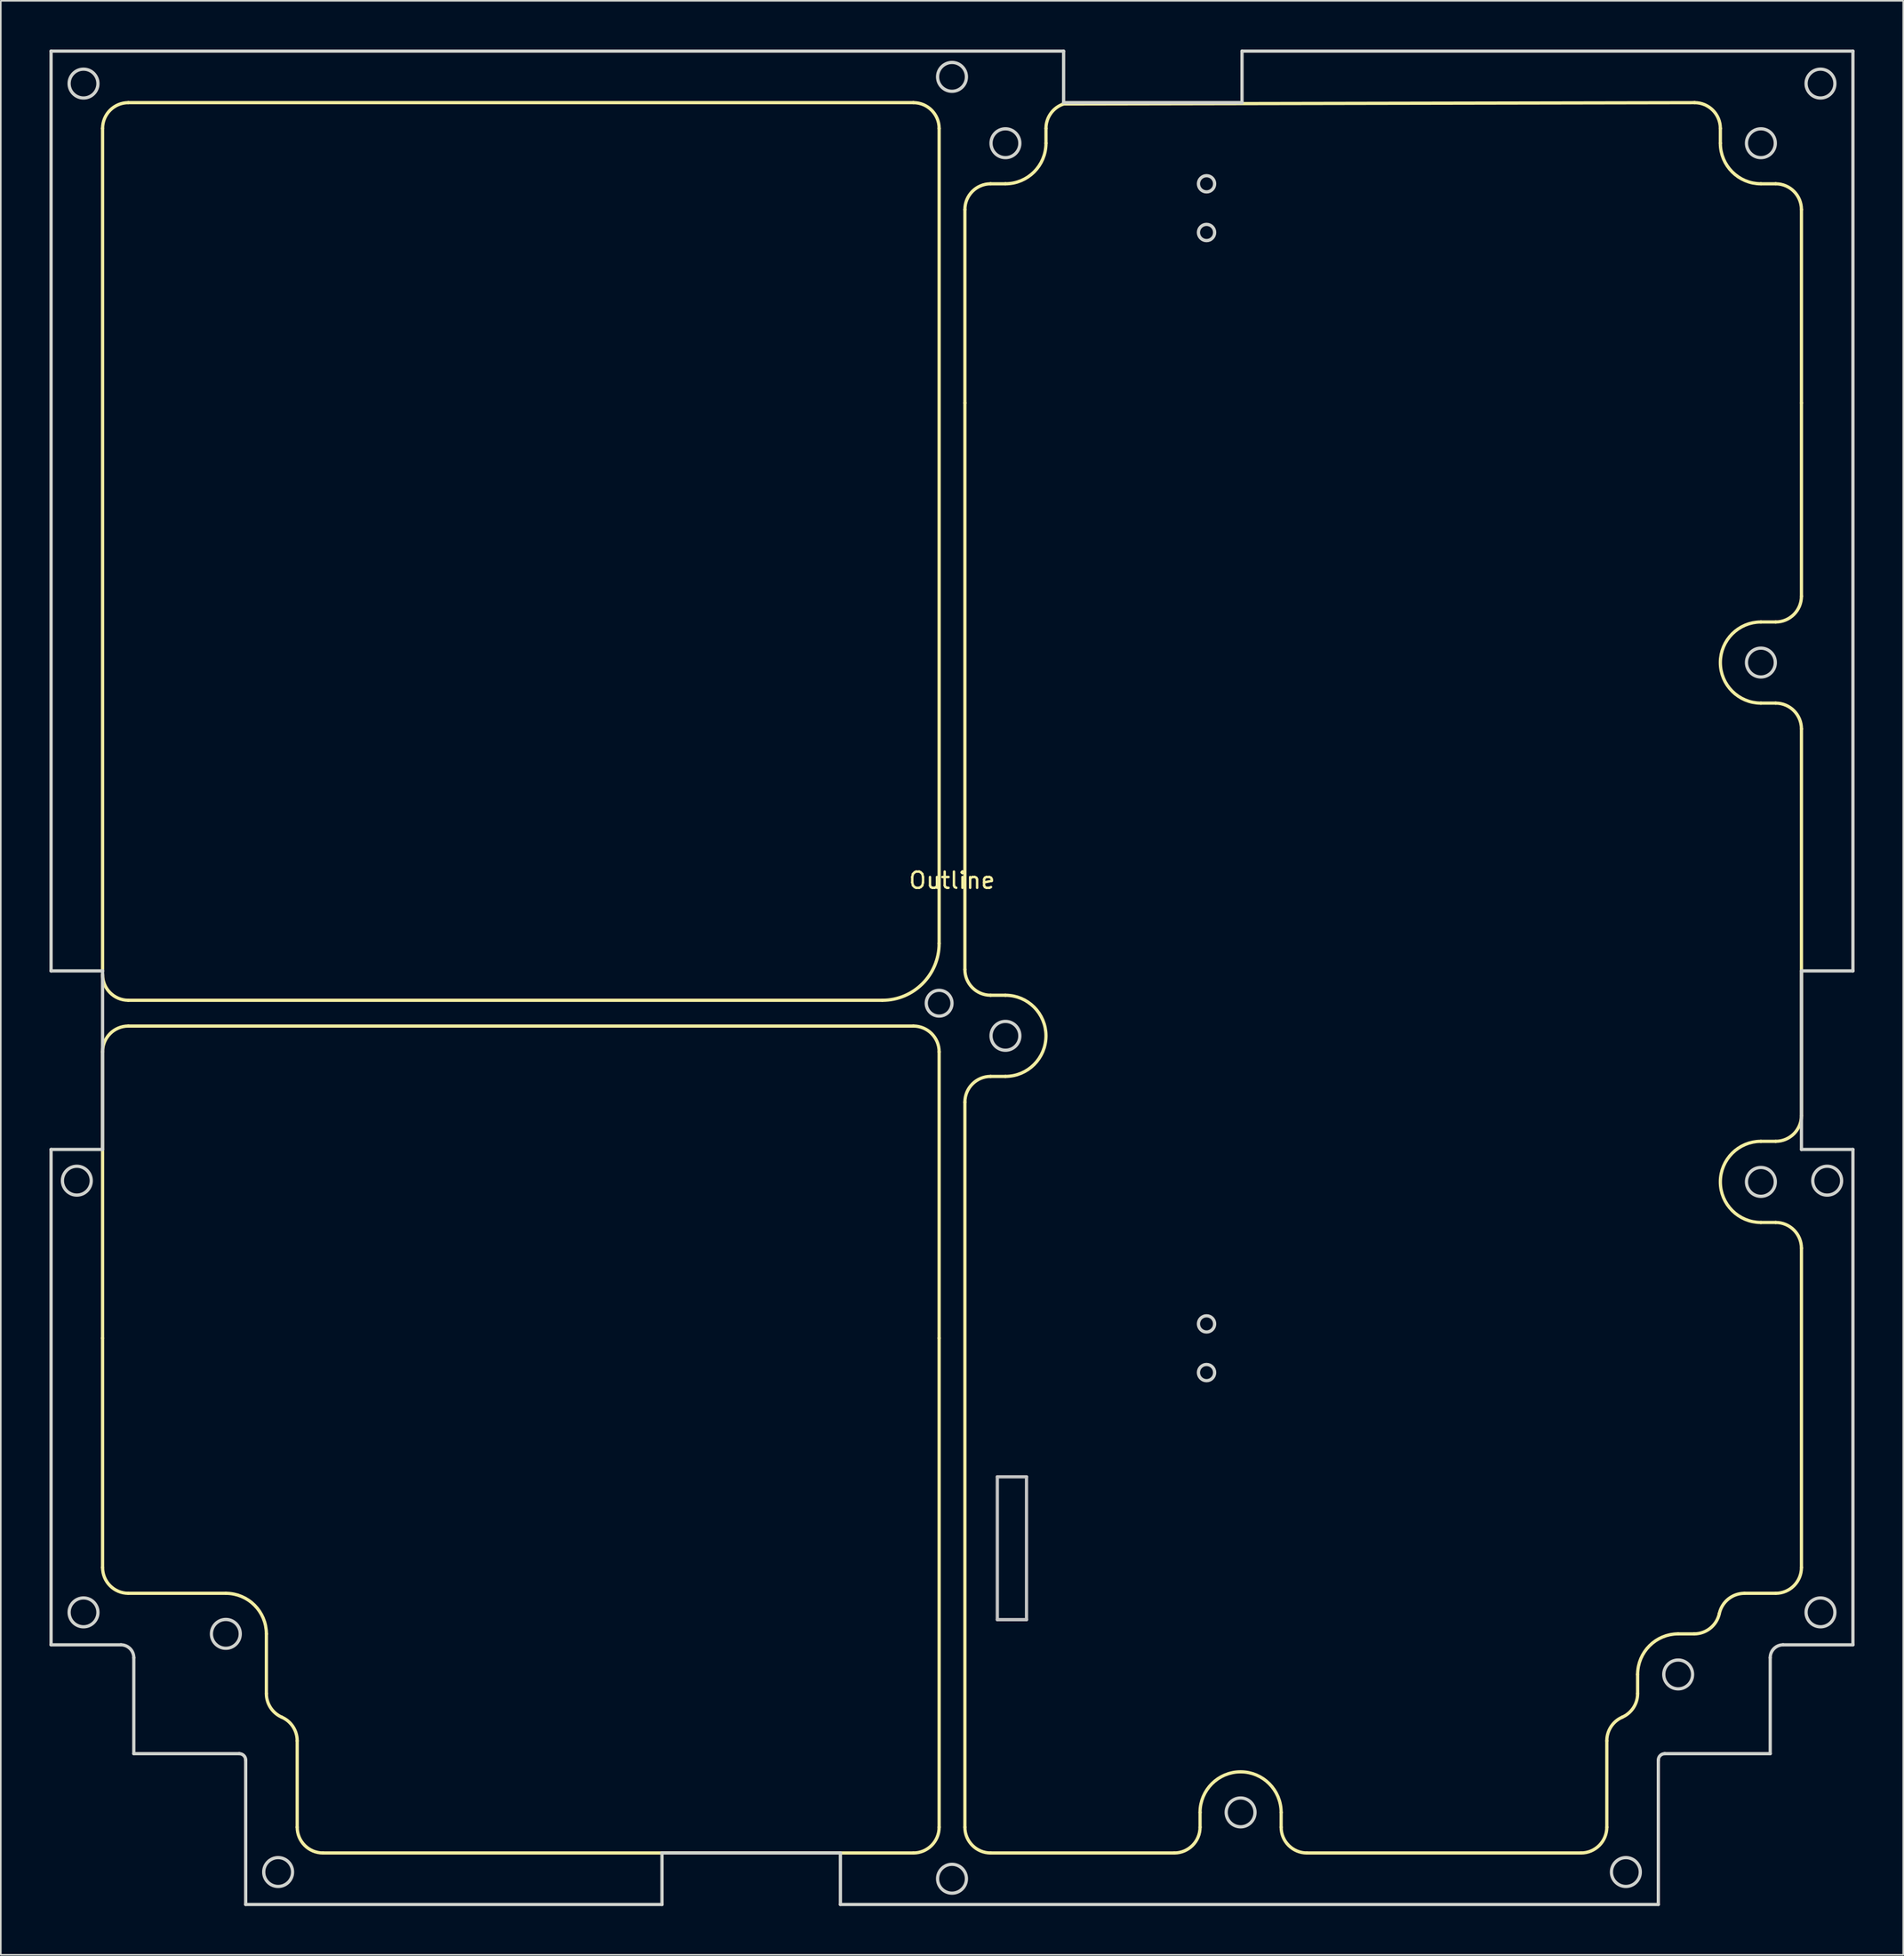
<source format=kicad_pcb>
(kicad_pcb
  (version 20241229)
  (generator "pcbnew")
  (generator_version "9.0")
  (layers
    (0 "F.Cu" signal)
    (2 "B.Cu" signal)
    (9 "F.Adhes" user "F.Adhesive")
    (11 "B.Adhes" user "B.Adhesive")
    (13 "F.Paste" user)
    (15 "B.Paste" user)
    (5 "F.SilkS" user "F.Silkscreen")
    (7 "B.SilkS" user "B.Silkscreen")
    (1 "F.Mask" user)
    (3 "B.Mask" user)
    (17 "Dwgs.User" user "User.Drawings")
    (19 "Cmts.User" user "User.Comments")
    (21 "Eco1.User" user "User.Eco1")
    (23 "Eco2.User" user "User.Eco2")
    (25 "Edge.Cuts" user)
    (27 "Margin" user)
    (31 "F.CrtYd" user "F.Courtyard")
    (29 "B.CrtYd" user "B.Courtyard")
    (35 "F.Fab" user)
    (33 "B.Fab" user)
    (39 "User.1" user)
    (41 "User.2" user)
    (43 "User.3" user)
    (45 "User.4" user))
  (footprint "Outline"
    (layer "F.Cu")
    (at 55.65 49.2)
    (property "Reference" "Outline" (at 0 2 0) (layer "F.SilkS") (effects (font (size 1 1) (thickness 0.15))))
    (attr through_hole)
    (fp_line (start -52.375 7.575) (end -52.375 -44.337) (stroke (width 0.2) (type solid)) (layer "F.SilkS"))
    (fp_line (start -52.375 30.206) (end -52.375 12.56) (stroke (width 0.2) (type solid)) (layer "F.SilkS"))
    (fp_line (start -52.375 44.337) (end -52.375 30.206) (stroke (width 0.2) (type solid)) (layer "F.SilkS"))
    (fp_line (start -50.788 -45.925) (end -2.381 -45.925) (stroke (width 0.2) (type solid)) (layer "F.SilkS"))
    (fp_line (start -50.788 9.385) (end -4.294 9.385) (stroke (width 0.2) (type solid)) (layer "F.SilkS"))
    (fp_line (start -50.788 10.973) (end -2.381 10.973) (stroke (width 0.2) (type solid)) (layer "F.SilkS"))
    (fp_line (start -44.775 45.925) (end -50.788 45.925) (stroke (width 0.2) (type solid)) (layer "F.SilkS"))
    (fp_line (start -42.275 48.425) (end -42.275 52.105) (stroke (width 0.2) (type solid)) (layer "F.SilkS"))
    (fp_line (start -40.375 60.337) (end -40.375 55.013) (stroke (width 0.2) (type solid)) (layer "F.SilkS"))
    (fp_line (start -6.881 61.925) (end -38.788 61.925) (stroke (width 0.2) (type solid)) (layer "F.SilkS"))
    (fp_line (start -2.381 61.925) (end -6.881 61.925) (stroke (width 0.2) (type solid)) (layer "F.SilkS"))
    (fp_line (start -0.794 30.206) (end -0.794 12.56) (stroke (width 0.2) (type solid)) (layer "F.SilkS"))
    (fp_line (start -0.794 60.337) (end -0.794 30.206) (stroke (width 0.2) (type solid)) (layer "F.SilkS"))
    (fp_line (start -0.794 5.885) (end -0.794 -44.337) (stroke (width 0.2) (type solid)) (layer "F.SilkS"))
    (fp_line (start 0.794 -27.425) (end 0.794 -39.337) (stroke (width 0.2) (type solid)) (layer "F.SilkS"))
    (fp_line (start 0.794 7.487) (end 0.794 -27.425) (stroke (width 0.2) (type solid)) (layer "F.SilkS"))
    (fp_line (start 0.794 60.337) (end 0.794 15.662) (stroke (width 0.2) (type solid)) (layer "F.SilkS"))
    (fp_line (start 2.381 -40.925) (end 3.294 -40.925) (stroke (width 0.2) (type solid)) (layer "F.SilkS"))
    (fp_line (start 2.381 9.075) (end 3.294 9.075) (stroke (width 0.2) (type solid)) (layer "F.SilkS"))
    (fp_line (start 2.381 14.075) (end 3.294 14.075) (stroke (width 0.2) (type solid)) (layer "F.SilkS"))
    (fp_line (start 5.794 -43.425) (end 5.794 -44.337) (stroke (width 0.2) (type solid)) (layer "F.SilkS"))
    (fp_line (start 13.706 61.925) (end 2.381 61.925) (stroke (width 0.2) (type solid)) (layer "F.SilkS"))
    (fp_line (start 15.294 60.337) (end 15.294 59.425) (stroke (width 0.2) (type solid)) (layer "F.SilkS"))
    (fp_line (start 20.294 60.337) (end 20.294 59.425) (stroke (width 0.2) (type solid)) (layer "F.SilkS"))
    (fp_line (start 38.788 61.925) (end 21.881 61.925) (stroke (width 0.2) (type solid)) (layer "F.SilkS"))
    (fp_line (start 40.375 55.013) (end 40.375 60.337) (stroke (width 0.2) (type solid)) (layer "F.SilkS"))
    (fp_line (start 42.275 52.105) (end 42.275 50.925) (stroke (width 0.2) (type solid)) (layer "F.SilkS"))
    (fp_line (start 45.76 48.425) (end 44.775 48.425) (stroke (width 0.2) (type solid)) (layer "F.SilkS"))
    (fp_line (start 45.788 -45.925) (end 6.881 -45.844) (stroke (width 0.2) (type solid)) (layer "F.SilkS"))
    (fp_line (start 47.375 -43.425) (end 47.375 -44.337) (stroke (width 0.2) (type solid)) (layer "F.SilkS"))
    (fp_line (start 49.875 -13.925) (end 50.788 -13.925) (stroke (width 0.2) (type solid)) (layer "F.SilkS"))
    (fp_line (start 49.875 18.075) (end 50.788 18.075) (stroke (width 0.2) (type solid)) (layer "F.SilkS"))
    (fp_line (start 50.788 -40.925) (end 49.875 -40.925) (stroke (width 0.2) (type solid)) (layer "F.SilkS"))
    (fp_line (start 50.788 -8.925) (end 49.875 -8.925) (stroke (width 0.2) (type solid)) (layer "F.SilkS"))
    (fp_line (start 50.788 23.075) (end 49.875 23.075) (stroke (width 0.2) (type solid)) (layer "F.SilkS"))
    (fp_line (start 50.788 45.925) (end 48.862 45.925) (stroke (width 0.2) (type solid)) (layer "F.SilkS"))
    (fp_line (start 52.375 -39.337) (end 52.375 -27.425) (stroke (width 0.2) (type solid)) (layer "F.SilkS"))
    (fp_line (start 52.375 -27.425) (end 52.375 -15.512) (stroke (width 0.2) (type solid)) (layer "F.SilkS"))
    (fp_line (start 52.375 -7.337) (end 52.375 16.487) (stroke (width 0.2) (type solid)) (layer "F.SilkS"))
    (fp_line (start 52.375 24.663) (end 52.375 44.337) (stroke (width 0.2) (type solid)) (layer "F.SilkS"))
    (fp_arc (start -52.375 -44.3375) (mid -51.910032 -45.460032) (end -50.7875 -45.925) (stroke (width 0.2) (type solid)) (layer "F.SilkS"))
    (fp_arc (start -52.375 12.56) (mid -51.910032 11.437468) (end -50.7875 10.9725) (stroke (width 0.2) (type solid)) (layer "F.SilkS"))
    (fp_arc (start -50.7875 45.925) (mid -51.910032 45.460032) (end -52.375 44.3375) (stroke (width 0.2) (type solid)) (layer "F.SilkS"))
    (fp_arc (start -50.787498 9.385) (mid -51.910031 8.920032) (end -52.375 7.7975) (stroke (width 0.2) (type solid)) (layer "F.SilkS"))
    (fp_arc (start -44.775 45.925) (mid -43.007233 46.657233) (end -42.275 48.425) (stroke (width 0.2) (type solid)) (layer "F.SilkS"))
    (fp_arc (start -41.325 53.558625) (mid -42.016445 52.973119) (end -42.275 52.104751) (stroke (width 0.2) (type solid)) (layer "F.SilkS"))
    (fp_arc (start -41.325 53.558626) (mid -40.633555 54.144132) (end -40.375 55.0125) (stroke (width 0.2) (type solid)) (layer "F.SilkS"))
    (fp_arc (start -38.787499 61.925) (mid -39.910031 61.460032) (end -40.374999 60.3375) (stroke (width 0.2) (type solid)) (layer "F.SilkS"))
    (fp_arc (start -2.38125 -45.925) (mid -1.258718 -45.460032) (end -0.79375 -44.3375) (stroke (width 0.2) (type solid)) (layer "F.SilkS"))
    (fp_arc (start -2.381249 10.9725) (mid -1.258717 11.437468) (end -0.793749 12.56) (stroke (width 0.2) (type solid)) (layer "F.SilkS"))
    (fp_arc (start -0.79375 5.885) (mid -1.818876 8.359874) (end -4.29375 9.385) (stroke (width 0.2) (type solid)) (layer "F.SilkS"))
    (fp_arc (start -0.79375 60.3375) (mid -1.258718 61.460032) (end -2.38125 61.925) (stroke (width 0.2) (type solid)) (layer "F.SilkS"))
    (fp_arc (start 0.793749 -39.3375) (mid 1.258717 -40.460032) (end 2.381249 -40.925) (stroke (width 0.2) (type solid)) (layer "F.SilkS"))
    (fp_arc (start 0.79375 15.6625) (mid 1.258718 14.539968) (end 2.38125 14.075) (stroke (width 0.2) (type solid)) (layer "F.SilkS"))
    (fp_arc (start 2.38125 9.075) (mid 1.258718 8.610032) (end 0.79375 7.4875) (stroke (width 0.2) (type solid)) (layer "F.SilkS"))
    (fp_arc (start 2.38125 61.925) (mid 1.258718 61.460032) (end 0.79375 60.3375) (stroke (width 0.2) (type solid)) (layer "F.SilkS"))
    (fp_arc (start 3.293749 9.075) (mid 5.793749 11.575) (end 3.293749 14.075) (stroke (width 0.2) (type solid)) (layer "F.SilkS"))
    (fp_arc (start 5.79375 -44.337501) (mid 6.094023 -45.266587) (end 6.88125 -45.844203) (stroke (width 0.2) (type solid)) (layer "F.SilkS"))
    (fp_arc (start 5.79375 -43.424999) (mid 5.061516 -41.657232) (end 3.293749 -40.925) (stroke (width 0.2) (type solid)) (layer "F.SilkS"))
    (fp_arc (start 15.293749 60.337499) (mid 14.828782 61.460031) (end 13.70625 61.925) (stroke (width 0.2) (type solid)) (layer "F.SilkS"))
    (fp_arc (start 15.29375 59.425) (mid 17.79375 56.925) (end 20.29375 59.425) (stroke (width 0.2) (type solid)) (layer "F.SilkS"))
    (fp_arc (start 21.88125 61.925) (mid 20.758718 61.460032) (end 20.29375 60.3375) (stroke (width 0.2) (type solid)) (layer "F.SilkS"))
    (fp_arc (start 40.374999 55.0125) (mid 40.633555 54.144132) (end 41.325 53.558625) (stroke (width 0.2) (type solid)) (layer "F.SilkS"))
    (fp_arc (start 40.374999 60.337499) (mid 39.910032 61.460031) (end 38.7875 61.925) (stroke (width 0.2) (type solid)) (layer "F.SilkS"))
    (fp_arc (start 42.274999 50.924999) (mid 43.007233 49.157232) (end 44.775 48.425) (stroke (width 0.2) (type solid)) (layer "F.SilkS"))
    (fp_arc (start 42.275 52.104751) (mid 42.016445 52.973119) (end 41.325 53.558625) (stroke (width 0.2) (type solid)) (layer "F.SilkS"))
    (fp_arc (start 45.787499 -45.925) (mid 46.910031 -45.460032) (end 47.374999 -44.3375) (stroke (width 0.2) (type solid)) (layer "F.SilkS"))
    (fp_arc (start 47.311289 47.175) (mid 46.756166 48.073609) (end 45.760081 48.424999) (stroke (width 0.2) (type solid)) (layer "F.SilkS"))
    (fp_arc (start 47.311291 47.174998) (mid 47.866414 46.276389) (end 48.8625 45.925) (stroke (width 0.2) (type solid)) (layer "F.SilkS"))
    (fp_arc (start 49.875 -40.925) (mid 48.107233 -41.657233) (end 47.375 -43.425) (stroke (width 0.2) (type solid)) (layer "F.SilkS"))
    (fp_arc (start 49.875 -8.925) (mid 47.375 -11.425) (end 49.875 -13.925) (stroke (width 0.2) (type solid)) (layer "F.SilkS"))
    (fp_arc (start 49.875 23.075) (mid 47.375 20.575) (end 49.875 18.075) (stroke (width 0.2) (type solid)) (layer "F.SilkS"))
    (fp_arc (start 50.787499 -40.925) (mid 51.910032 -40.460032) (end 52.375 -39.337499) (stroke (width 0.2) (type solid)) (layer "F.SilkS"))
    (fp_arc (start 50.7875 -8.924999) (mid 51.910032 -8.460031) (end 52.375 -7.337499) (stroke (width 0.2) (type solid)) (layer "F.SilkS"))
    (fp_arc (start 50.7875 23.075) (mid 51.910032 23.539968) (end 52.375 24.6625) (stroke (width 0.2) (type solid)) (layer "F.SilkS"))
    (fp_arc (start 52.374999 16.487499) (mid 51.910031 17.610031) (end 50.787499 18.074999) (stroke (width 0.2) (type solid)) (layer "F.SilkS"))
    (fp_arc (start 52.375 -15.5125) (mid 51.910032 -14.389968) (end 50.7875 -13.925) (stroke (width 0.2) (type solid)) (layer "F.SilkS"))
    (fp_arc (start 52.375 44.3375) (mid 51.910032 45.460032) (end 50.7875 45.925) (stroke (width 0.2) (type solid)) (layer "F.SilkS"))
    (fp_line (start 2.794 47.548) (end 2.794 38.748) (stroke (width 0.2) (type solid)) (layer "Dwgs.User"))
    (fp_line (start 4.594 38.748) (end 2.794 38.748) (stroke (width 0.2) (type solid)) (layer "Dwgs.User"))
    (fp_line (start 4.594 47.548) (end 2.794 47.548) (stroke (width 0.2) (type solid)) (layer "Dwgs.User"))
    (fp_line (start 4.594 47.548) (end 4.594 38.748) (stroke (width 0.2) (type solid)) (layer "Dwgs.User"))
    (fp_line (start -55.55 -49.1) (end 6.881 -49.1) (stroke (width 0.2) (type solid)) (layer "Edge.Cuts"))
    (fp_line (start -55.55 7.575) (end -55.55 -49.1) (stroke (width 0.2) (type solid)) (layer "Edge.Cuts"))
    (fp_line (start -55.55 49.1) (end -55.55 18.575) (stroke (width 0.2) (type solid)) (layer "Edge.Cuts"))
    (fp_line (start -55.55 49.1) (end -51.244 49.1) (stroke (width 0.2) (type solid)) (layer "Edge.Cuts"))
    (fp_line (start -52.375 7.575) (end -55.55 7.575) (stroke (width 0.2) (type solid)) (layer "Edge.Cuts"))
    (fp_line (start -52.375 18.575) (end -55.55 18.575) (stroke (width 0.2) (type solid)) (layer "Edge.Cuts"))
    (fp_line (start -52.375 18.575) (end -52.375 7.575) (stroke (width 0.2) (type solid)) (layer "Edge.Cuts"))
    (fp_line (start -50.45 49.894) (end -50.45 55.806) (stroke (width 0.2) (type solid)) (layer "Edge.Cuts"))
    (fp_line (start -50.45 55.806) (end -43.947 55.806) (stroke (width 0.2) (type solid)) (layer "Edge.Cuts"))
    (fp_line (start -43.55 56.203) (end -43.55 65.1) (stroke (width 0.2) (type solid)) (layer "Edge.Cuts"))
    (fp_line (start -17.881 61.925) (end -6.881 61.925) (stroke (width 0.2) (type solid)) (layer "Edge.Cuts"))
    (fp_line (start -17.881 65.1) (end -43.55 65.1) (stroke (width 0.2) (type solid)) (layer "Edge.Cuts"))
    (fp_line (start -17.881 65.1) (end -17.881 61.925) (stroke (width 0.2) (type solid)) (layer "Edge.Cuts"))
    (fp_line (start -6.881 65.1) (end -6.881 61.925) (stroke (width 0.2) (type solid)) (layer "Edge.Cuts"))
    (fp_line (start 6.881 -49.1) (end 6.881 -45.925) (stroke (width 0.2) (type solid)) (layer "Edge.Cuts"))
    (fp_line (start 6.881 -45.925) (end 17.881 -45.925) (stroke (width 0.2) (type solid)) (layer "Edge.Cuts"))
    (fp_line (start 17.881 -49.1) (end 17.881 -45.925) (stroke (width 0.2) (type solid)) (layer "Edge.Cuts"))
    (fp_line (start 17.881 -49.1) (end 55.55 -49.1) (stroke (width 0.2) (type solid)) (layer "Edge.Cuts"))
    (fp_line (start 43.55 56.203) (end 43.55 65.1) (stroke (width 0.2) (type solid)) (layer "Edge.Cuts"))
    (fp_line (start 43.55 65.1) (end -6.881 65.1) (stroke (width 0.2) (type solid)) (layer "Edge.Cuts"))
    (fp_line (start 43.947 55.806) (end 50.45 55.806) (stroke (width 0.2) (type solid)) (layer "Edge.Cuts"))
    (fp_line (start 50.45 49.894) (end 50.45 55.806) (stroke (width 0.2) (type solid)) (layer "Edge.Cuts"))
    (fp_line (start 51.244 49.1) (end 55.55 49.1) (stroke (width 0.2) (type solid)) (layer "Edge.Cuts"))
    (fp_line (start 52.375 18.575) (end 52.375 7.575) (stroke (width 0.2) (type solid)) (layer "Edge.Cuts"))
    (fp_line (start 55.55 -49.1) (end 55.55 7.575) (stroke (width 0.2) (type solid)) (layer "Edge.Cuts"))
    (fp_line (start 55.55 7.575) (end 52.375 7.575) (stroke (width 0.2) (type solid)) (layer "Edge.Cuts"))
    (fp_line (start 55.55 18.575) (end 52.375 18.575) (stroke (width 0.2) (type solid)) (layer "Edge.Cuts"))
    (fp_line (start 55.55 18.575) (end 55.55 49.1) (stroke (width 0.2) (type solid)) (layer "Edge.Cuts"))
    (fp_arc (start -51.24375 49.099999) (mid -50.682484 49.332483) (end -50.45 49.893749) (stroke (width 0.2) (type solid)) (layer "Edge.Cuts"))
    (fp_arc (start -43.946875 55.80625) (mid -43.666243 55.922492) (end -43.550001 56.203124) (stroke (width 0.2) (type solid)) (layer "Edge.Cuts"))
    (fp_arc (start 43.55 56.203125) (mid 43.666242 55.922492) (end 43.946875 55.80625) (stroke (width 0.2) (type solid)) (layer "Edge.Cuts"))
    (fp_arc (start 50.45 49.89375) (mid 50.682484 49.332484) (end 51.24375 49.1) (stroke (width 0.2) (type solid)) (layer "Edge.Cuts"))
    (fp_circle (center -53.962 20.5) (end -53.073 20.5) (stroke (width 0.2) (type solid)) (fill no) (layer "Edge.Cuts"))
    (fp_circle (center -53.55 -47.1) (end -52.661 -47.1) (stroke (width 0.2) (type solid)) (fill no) (layer "Edge.Cuts"))
    (fp_circle (center -53.55 47.1) (end -52.661 47.1) (stroke (width 0.2) (type solid)) (fill no) (layer "Edge.Cuts"))
    (fp_circle (center -44.775 48.425) (end -43.886 48.425) (stroke (width 0.2) (type solid)) (fill no) (layer "Edge.Cuts"))
    (fp_circle (center -41.55 63.1) (end -40.661 63.1) (stroke (width 0.2) (type solid)) (fill no) (layer "Edge.Cuts"))
    (fp_circle (center -0.794 9.565) (end 0 9.565) (stroke (width 0.2) (type solid)) (fill no) (layer "Edge.Cuts"))
    (fp_circle (center 0 -47.513) (end 0.889 -47.513) (stroke (width 0.2) (type solid)) (fill no) (layer "Edge.Cuts"))
    (fp_circle (center 0 63.513) (end 0.889 63.513) (stroke (width 0.2) (type solid)) (fill no) (layer "Edge.Cuts"))
    (fp_circle (center 3.294 -43.425) (end 4.183 -43.425) (stroke (width 0.2) (type solid)) (fill no) (layer "Edge.Cuts"))
    (fp_circle (center 3.294 11.575) (end 4.183 11.575) (stroke (width 0.2) (type solid)) (fill no) (layer "Edge.Cuts"))
    (fp_circle (center 15.694 -40.925) (end 16.194 -40.925) (stroke (width 0.2) (type solid)) (fill no) (layer "Edge.Cuts"))
    (fp_circle (center 15.694 -37.925) (end 16.194 -37.925) (stroke (width 0.2) (type solid)) (fill no) (layer "Edge.Cuts"))
    (fp_circle (center 15.694 29.325) (end 16.194 29.325) (stroke (width 0.2) (type solid)) (fill no) (layer "Edge.Cuts"))
    (fp_circle (center 15.694 32.325) (end 16.194 32.325) (stroke (width 0.2) (type solid)) (fill no) (layer "Edge.Cuts"))
    (fp_circle (center 17.794 59.425) (end 18.683 59.425) (stroke (width 0.2) (type solid)) (fill no) (layer "Edge.Cuts"))
    (fp_circle (center 41.55 63.1) (end 42.439 63.1) (stroke (width 0.2) (type solid)) (fill no) (layer "Edge.Cuts"))
    (fp_circle (center 44.775 50.925) (end 45.664 50.925) (stroke (width 0.2) (type solid)) (fill no) (layer "Edge.Cuts"))
    (fp_circle (center 49.875 -43.425) (end 50.764 -43.425) (stroke (width 0.2) (type solid)) (fill no) (layer "Edge.Cuts"))
    (fp_circle (center 49.875 -11.425) (end 50.764 -11.425) (stroke (width 0.2) (type solid)) (fill no) (layer "Edge.Cuts"))
    (fp_circle (center 49.875 20.575) (end 50.764 20.575) (stroke (width 0.2) (type solid)) (fill no) (layer "Edge.Cuts"))
    (fp_circle (center 53.55 -47.1) (end 54.439 -47.1) (stroke (width 0.2) (type solid)) (fill no) (layer "Edge.Cuts"))
    (fp_circle (center 53.55 47.1) (end 54.439 47.1) (stroke (width 0.2) (type solid)) (fill no) (layer "Edge.Cuts"))
    (fp_circle (center 53.962 20.5) (end 54.852 20.5) (stroke (width 0.2) (type solid)) (fill no) (layer "Edge.Cuts")))
  (gr_rect
    (start -3 -3)
    (end 114.3 117.4)
    (stroke (width 0.1) (type default))
    (fill no)
    (layer "Edge.Cuts")))
</source>
